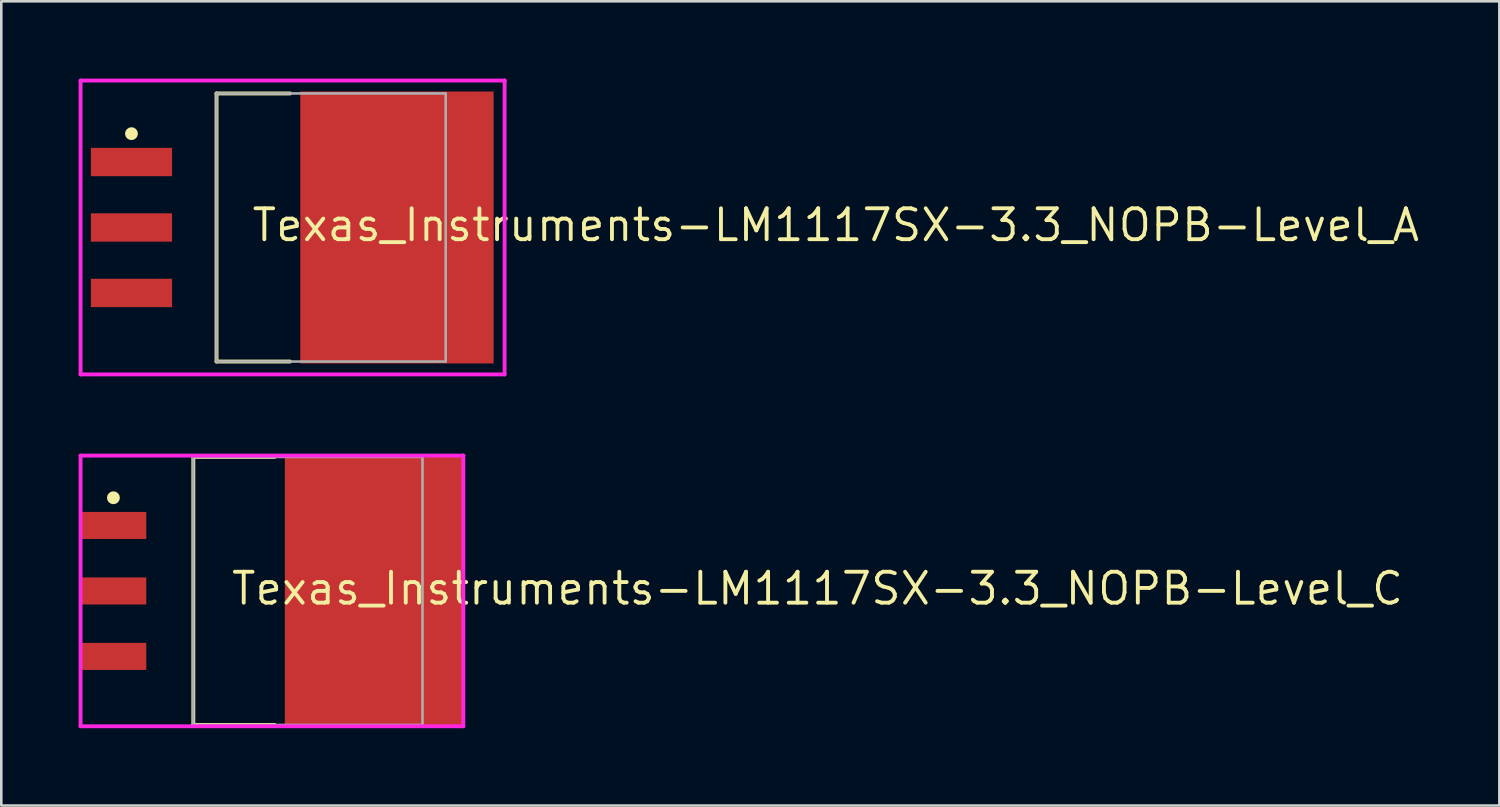
<source format=kicad_pcb>
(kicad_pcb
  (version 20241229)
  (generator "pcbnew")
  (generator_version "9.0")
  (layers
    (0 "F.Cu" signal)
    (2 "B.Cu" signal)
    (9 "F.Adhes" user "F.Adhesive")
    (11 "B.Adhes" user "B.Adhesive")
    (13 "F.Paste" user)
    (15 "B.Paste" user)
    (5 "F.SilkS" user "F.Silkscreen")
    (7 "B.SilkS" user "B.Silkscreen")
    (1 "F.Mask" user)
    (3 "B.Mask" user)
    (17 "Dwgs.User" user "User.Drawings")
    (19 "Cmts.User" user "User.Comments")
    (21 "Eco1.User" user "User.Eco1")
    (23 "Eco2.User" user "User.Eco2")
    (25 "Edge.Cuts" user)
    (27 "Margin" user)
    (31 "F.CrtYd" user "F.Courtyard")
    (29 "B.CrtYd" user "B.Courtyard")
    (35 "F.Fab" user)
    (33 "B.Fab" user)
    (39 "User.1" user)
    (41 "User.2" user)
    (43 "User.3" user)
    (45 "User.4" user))
  (footprint "Texas_Instruments-LM1117SX-3.3_NOPB-Level_C"
    (layer "F.Cu")
    (at 7.5 19.875)
    (property "Reference" "Texas_Instruments-LM1117SX-3.3_NOPB-Level_C" (at -1.651 -0.092 0) (layer "F.SilkS") (effects (font (size 1.2 1.2) (thickness 0.15)) (justify left)))
    (attr through_hole)
    (fp_line (start -3.05 -5.2) (end 0.1 -5.2) (stroke (width 0.15) (type solid)) (layer "F.SilkS"))
    (fp_line (start -3.05 5.2) (end -3.05 -5.2) (stroke (width 0.15) (type solid)) (layer "F.SilkS"))
    (fp_line (start -3.05 5.2) (end 0.1 5.2) (stroke (width 0.15) (type solid)) (layer "F.SilkS"))
    (fp_circle (center -6.15 -3.615) (end -6.025 -3.615) (stroke (width 0.25) (type solid)) (fill no) (layer "F.SilkS"))
    (fp_line (start -7.425 -5.25) (end -7.425 5.25) (stroke (width 0.15) (type solid)) (layer "F.CrtYd"))
    (fp_line (start -7.425 5.25) (end 7.425 5.25) (stroke (width 0.15) (type solid)) (layer "F.CrtYd"))
    (fp_line (start 7.425 -5.25) (end -7.425 -5.25) (stroke (width 0.15) (type solid)) (layer "F.CrtYd"))
    (fp_line (start 7.425 -5.25) (end 7.425 -5.25) (stroke (width 0.15) (type solid)) (layer "F.CrtYd"))
    (fp_line (start 7.425 5.25) (end 7.425 -5.25) (stroke (width 0.15) (type solid)) (layer "F.CrtYd"))
    (fp_line (start -3.05 -5.2) (end 5.84 -5.2) (stroke (width 0.1) (type solid)) (layer "F.Fab"))
    (fp_line (start -3.05 5.2) (end -3.05 -5.2) (stroke (width 0.1) (type solid)) (layer "F.Fab"))
    (fp_line (start -3.05 5.2) (end 5.84 5.2) (stroke (width 0.1) (type solid)) (layer "F.Fab"))
    (fp_line (start 5.84 5.2) (end 5.84 -5.2) (stroke (width 0.1) (type solid)) (layer "F.Fab"))
    (pad "1" smd rect (at -6.15 -2.54 270) (size 1.05 2.55) (layers "F.Cu" "F.Mask" "F.Paste"))
    (pad "2" smd rect (at -6.15 0 270) (size 1.05 2.55) (layers "F.Cu" "F.Mask" "F.Paste"))
    (pad "3" smd rect (at -6.15 2.54 270) (size 1.05 2.55) (layers "F.Cu" "F.Mask" "F.Paste"))
    (pad "4" smd rect (at 3.95 -0.000001 270) (size 10.45 6.9) (layers "F.Cu" "F.Mask" "F.Paste")))
  (footprint "Texas_Instruments-LM1117SX-3.3_NOPB-Level_A"
    (layer "F.Cu")
    (at 8.3 5.775)
    (property "Reference" "Texas_Instruments-LM1117SX-3.3_NOPB-Level_A" (at -1.651 -0.092 0) (layer "F.SilkS") (effects (font (size 1.2 1.2) (thickness 0.15)) (justify left)))
    (attr through_hole)
    (fp_line (start -2.95 -5.2) (end -0.1 -5.2) (stroke (width 0.15) (type solid)) (layer "F.SilkS"))
    (fp_line (start -2.95 5.2) (end -2.95 -5.2) (stroke (width 0.15) (type solid)) (layer "F.SilkS"))
    (fp_line (start -2.95 5.2) (end -0.1 5.2) (stroke (width 0.15) (type solid)) (layer "F.SilkS"))
    (fp_circle (center -6.25 -3.64) (end -6.125 -3.64) (stroke (width 0.25) (type solid)) (fill no) (layer "F.SilkS"))
    (fp_line (start -8.225 -5.7) (end -8.225 5.7) (stroke (width 0.15) (type solid)) (layer "F.CrtYd"))
    (fp_line (start -8.225 5.7) (end 8.225 5.7) (stroke (width 0.15) (type solid)) (layer "F.CrtYd"))
    (fp_line (start 8.225 -5.7) (end -8.225 -5.7) (stroke (width 0.15) (type solid)) (layer "F.CrtYd"))
    (fp_line (start 8.225 -5.7) (end 8.225 -5.7) (stroke (width 0.15) (type solid)) (layer "F.CrtYd"))
    (fp_line (start 8.225 5.7) (end 8.225 -5.7) (stroke (width 0.15) (type solid)) (layer "F.CrtYd"))
    (fp_line (start -2.95 -5.2) (end 5.94 -5.2) (stroke (width 0.1) (type solid)) (layer "F.Fab"))
    (fp_line (start -2.95 5.2) (end -2.95 -5.2) (stroke (width 0.1) (type solid)) (layer "F.Fab"))
    (fp_line (start -2.95 5.2) (end 5.94 5.2) (stroke (width 0.1) (type solid)) (layer "F.Fab"))
    (fp_line (start 5.94 5.2) (end 5.94 -5.2) (stroke (width 0.1) (type solid)) (layer "F.Fab"))
    (pad "1" smd rect (at -6.25 -2.54 270) (size 1.1 3.15) (layers "F.Cu" "F.Mask" "F.Paste"))
    (pad "2" smd rect (at -6.25 0 270) (size 1.1 3.15) (layers "F.Cu" "F.Mask" "F.Paste"))
    (pad "3" smd rect (at -6.25 2.54 270) (size 1.1 3.15) (layers "F.Cu" "F.Mask" "F.Paste"))
    (pad "4" smd rect (at 4.05 -0.000001 270) (size 10.55 7.5) (layers "F.Cu" "F.Mask" "F.Paste")))
  (gr_rect
    (start -3 -3)
    (end 55.116 28.2)
    (stroke (width 0.1) (type default))
    (fill no)
    (layer "Edge.Cuts")))
</source>
